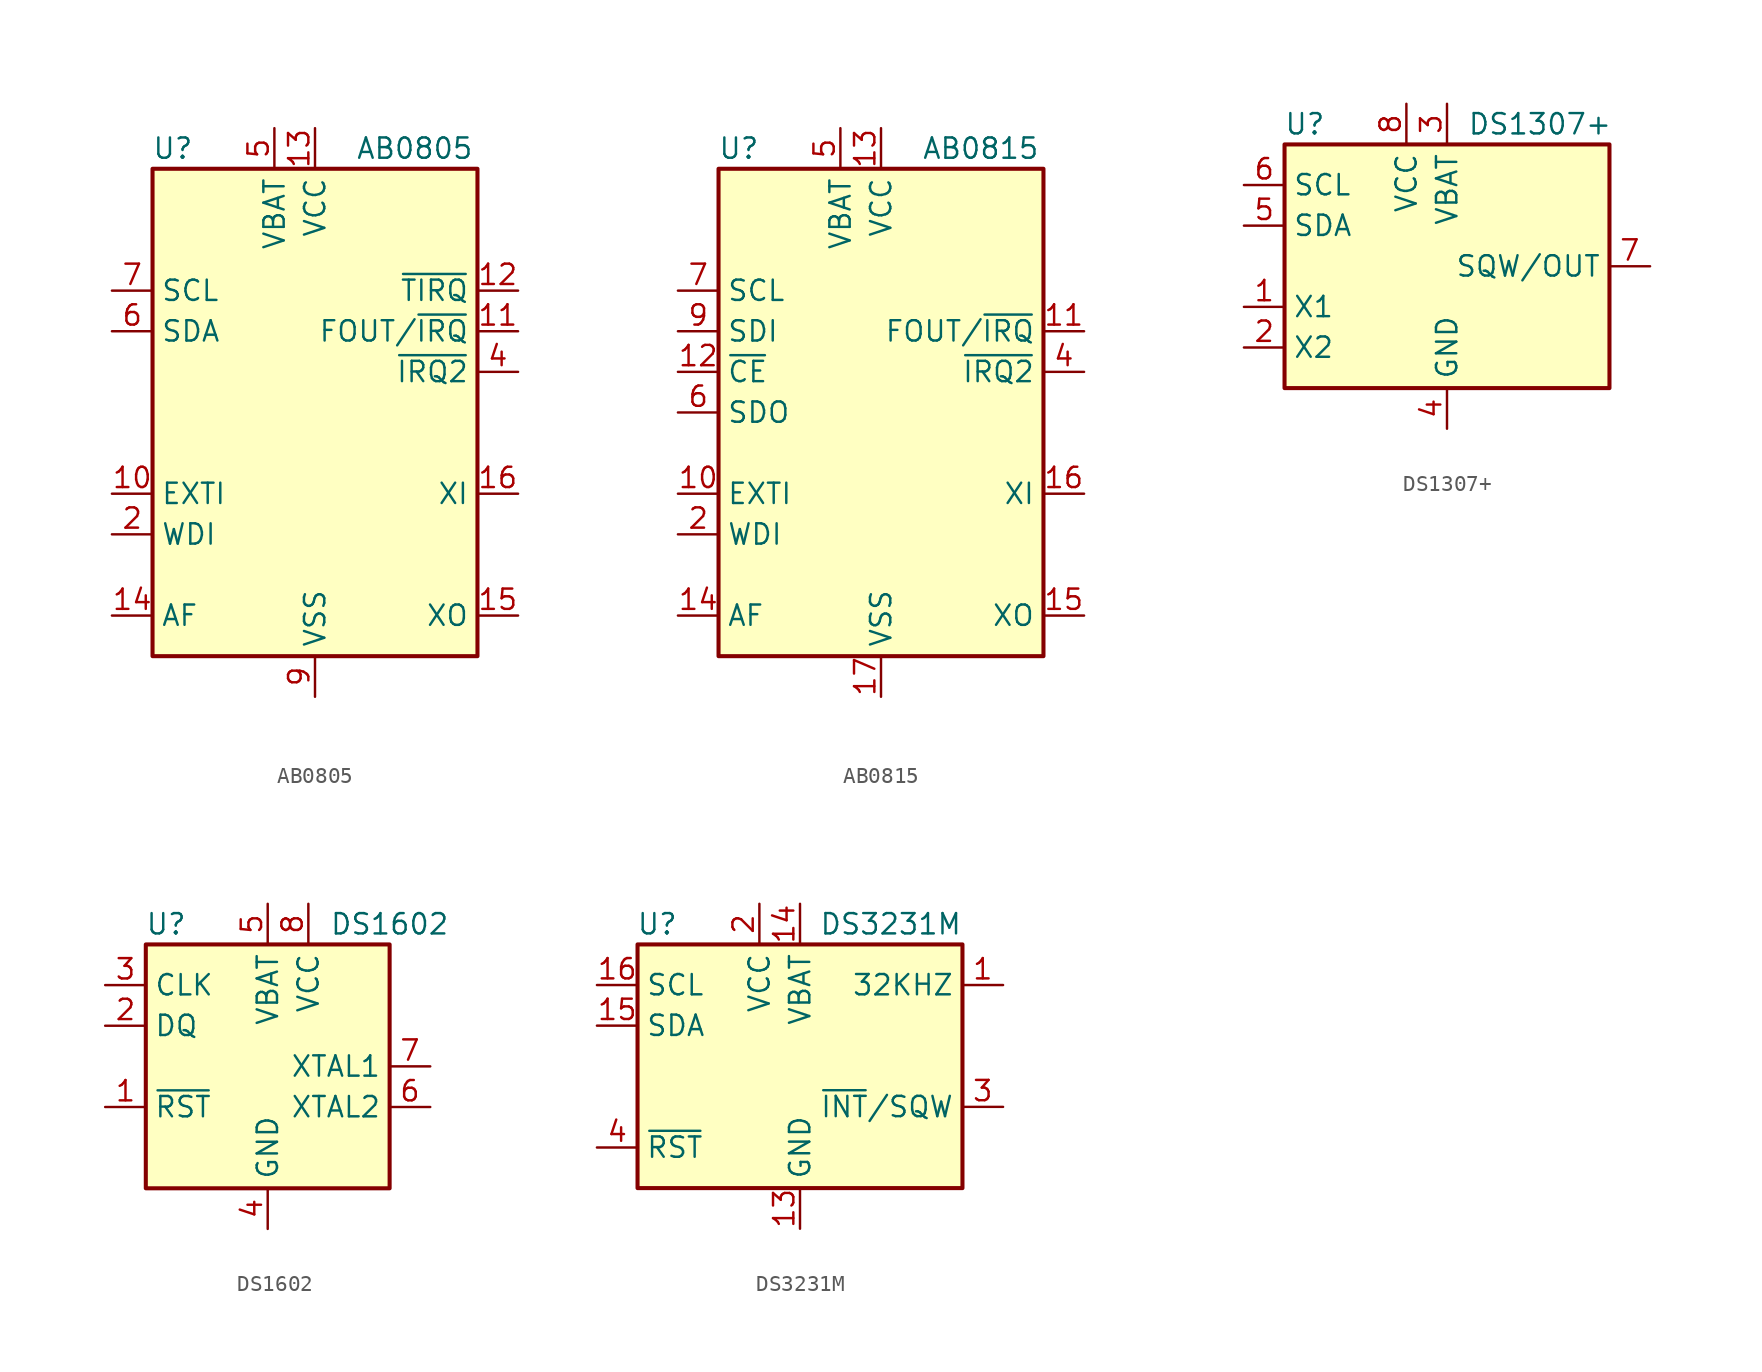
<source format=kicad_sym>
(kicad_symbol_lib
  (version 20220914)
  (generator kicad_symbol_editor)
  (symbol "AB0805"
    (property "Reference" "U"
      (at -8.89 16.51 0)
      (effects (font (size 1.27 1.27))))
    (property "Value" "AB0805"
      (at 2.54 16.51 0)
      (effects (font (size 1.27 1.27)) (justify left)))
    (symbol "AB0805_0_1"
      (rectangle (start -10.16 15.24) (end 10.16 -15.24) (stroke (width 0.254) (type default)) (fill (type background))))
    (symbol "AB0805_1_1"
      (pin no_connect line (at -10.16 -2.54 0) (length 2.54) hide (name "NC" (effects (font (size 1.27 1.27)))) (number "1" (effects (font (size 1.27 1.27)))))
      (pin input line (at -12.7 -5.08 0) (length 2.54) (name "EXTI" (effects (font (size 1.27 1.27)))) (number "10" (effects (font (size 1.27 1.27)))))
      (pin open_collector line (at 12.7 5.08 180) (length 2.54) (name "FOUT/~{IRQ}" (effects (font (size 1.27 1.27)))) (number "11" (effects (font (size 1.27 1.27)))))
      (pin open_collector line (at 12.7 7.62 180) (length 2.54) (name "~{TIRQ}" (effects (font (size 1.27 1.27)))) (number "12" (effects (font (size 1.27 1.27)))))
      (pin power_in line (at 0 17.78 270) (length 2.54) (name "VCC" (effects (font (size 1.27 1.27)))) (number "13" (effects (font (size 1.27 1.27)))))
      (pin passive line (at -12.7 -12.7 0) (length 2.54) (name "AF" (effects (font (size 1.27 1.27)))) (number "14" (effects (font (size 1.27 1.27)))))
      (pin output line (at 12.7 -12.7 180) (length 2.54) (name "XO" (effects (font (size 1.27 1.27)))) (number "15" (effects (font (size 1.27 1.27)))))
      (pin input line (at 12.7 -5.08 180) (length 2.54) (name "XI" (effects (font (size 1.27 1.27)))) (number "16" (effects (font (size 1.27 1.27)))))
      (pin passive line (at 0 -17.78 90) (length 2.54) hide (name "VSS" (effects (font (size 1.27 1.27)))) (number "17" (effects (font (size 1.27 1.27)))))
      (pin input line (at -12.7 -7.62 0) (length 2.54) (name "WDI" (effects (font (size 1.27 1.27)))) (number "2" (effects (font (size 1.27 1.27)))))
      (pin no_connect line (at -10.16 -10.16 0) (length 2.54) hide (name "NC" (effects (font (size 1.27 1.27)))) (number "3" (effects (font (size 1.27 1.27)))))
      (pin open_collector line (at 12.7 2.54 180) (length 2.54) (name "~{IRQ2}" (effects (font (size 1.27 1.27)))) (number "4" (effects (font (size 1.27 1.27)))))
      (pin power_in line (at -2.54 17.78 270) (length 2.54) (name "VBAT" (effects (font (size 1.27 1.27)))) (number "5" (effects (font (size 1.27 1.27)))))
      (pin bidirectional line (at -12.7 5.08 0) (length 2.54) (name "SDA" (effects (font (size 1.27 1.27)))) (number "6" (effects (font (size 1.27 1.27)))))
      (pin input line (at -12.7 7.62 0) (length 2.54) (name "SCL" (effects (font (size 1.27 1.27)))) (number "7" (effects (font (size 1.27 1.27)))))
      (pin no_connect line (at 10.16 0 180) (length 2.54) hide (name "NC" (effects (font (size 1.27 1.27)))) (number "8" (effects (font (size 1.27 1.27)))))
      (pin power_in line (at 0 -17.78 90) (length 2.54) (name "VSS" (effects (font (size 1.27 1.27)))) (number "9" (effects (font (size 1.27 1.27)))))))
  (symbol "AB0815"
    (property "Reference" "U"
      (at -8.89 16.51 0)
      (effects (font (size 1.27 1.27))))
    (property "Value" "AB0815"
      (at 2.54 16.51 0)
      (effects (font (size 1.27 1.27)) (justify left)))
    (symbol "AB0815_0_1"
      (rectangle (start -10.16 15.24) (end 10.16 -15.24) (stroke (width 0.254) (type default)) (fill (type background))))
    (symbol "AB0815_1_1"
      (pin no_connect line (at -10.16 -2.54 0) (length 2.54) hide (name "NC" (effects (font (size 1.27 1.27)))) (number "1" (effects (font (size 1.27 1.27)))))
      (pin input line (at -12.7 -5.08 0) (length 2.54) (name "EXTI" (effects (font (size 1.27 1.27)))) (number "10" (effects (font (size 1.27 1.27)))))
      (pin open_collector line (at 12.7 5.08 180) (length 2.54) (name "FOUT/~{IRQ}" (effects (font (size 1.27 1.27)))) (number "11" (effects (font (size 1.27 1.27)))))
      (pin input line (at -12.7 2.54 0) (length 2.54) (name "~{CE}" (effects (font (size 1.27 1.27)))) (number "12" (effects (font (size 1.27 1.27)))))
      (pin power_in line (at 0 17.78 270) (length 2.54) (name "VCC" (effects (font (size 1.27 1.27)))) (number "13" (effects (font (size 1.27 1.27)))))
      (pin passive line (at -12.7 -12.7 0) (length 2.54) (name "AF" (effects (font (size 1.27 1.27)))) (number "14" (effects (font (size 1.27 1.27)))))
      (pin output line (at 12.7 -12.7 180) (length 2.54) (name "XO" (effects (font (size 1.27 1.27)))) (number "15" (effects (font (size 1.27 1.27)))))
      (pin input line (at 12.7 -5.08 180) (length 2.54) (name "XI" (effects (font (size 1.27 1.27)))) (number "16" (effects (font (size 1.27 1.27)))))
      (pin power_in line (at 0 -17.78 90) (length 2.54) (name "VSS" (effects (font (size 1.27 1.27)))) (number "17" (effects (font (size 1.27 1.27)))))
      (pin input line (at -12.7 -7.62 0) (length 2.54) (name "WDI" (effects (font (size 1.27 1.27)))) (number "2" (effects (font (size 1.27 1.27)))))
      (pin no_connect line (at -10.16 -10.16 0) (length 2.54) hide (name "NC" (effects (font (size 1.27 1.27)))) (number "3" (effects (font (size 1.27 1.27)))))
      (pin open_collector line (at 12.7 2.54 180) (length 2.54) (name "~{IRQ2}" (effects (font (size 1.27 1.27)))) (number "4" (effects (font (size 1.27 1.27)))))
      (pin power_in line (at -2.54 17.78 270) (length 2.54) (name "VBAT" (effects (font (size 1.27 1.27)))) (number "5" (effects (font (size 1.27 1.27)))))
      (pin output line (at -12.7 0 0) (length 2.54) (name "SDO" (effects (font (size 1.27 1.27)))) (number "6" (effects (font (size 1.27 1.27)))))
      (pin input line (at -12.7 7.62 0) (length 2.54) (name "SCL" (effects (font (size 1.27 1.27)))) (number "7" (effects (font (size 1.27 1.27)))))
      (pin no_connect line (at 10.16 0 180) (length 2.54) hide (name "NC" (effects (font (size 1.27 1.27)))) (number "8" (effects (font (size 1.27 1.27)))))
      (pin input line (at -12.7 5.08 0) (length 2.54) (name "SDI" (effects (font (size 1.27 1.27)))) (number "9" (effects (font (size 1.27 1.27)))))))
  (symbol "DS1307+"
    (property "Reference" "U"
      (at -8.89 8.89 0)
      (effects (font (size 1.27 1.27))))
    (property "Value" "DS1307+"
      (at 1.27 8.89 0)
      (effects (font (size 1.27 1.27)) (justify left)))
    (symbol "DS1307+_0_1"
      (rectangle (start -10.16 7.62) (end 10.16 -7.62) (stroke (width 0.254) (type default)) (fill (type background))))
    (symbol "DS1307+_1_1"
      (pin input line (at -12.7 -2.54 0) (length 2.54) (name "X1" (effects (font (size 1.27 1.27)))) (number "1" (effects (font (size 1.27 1.27)))))
      (pin input line (at -12.7 -5.08 0) (length 2.54) (name "X2" (effects (font (size 1.27 1.27)))) (number "2" (effects (font (size 1.27 1.27)))))
      (pin power_in line (at 0 10.16 270) (length 2.54) (name "VBAT" (effects (font (size 1.27 1.27)))) (number "3" (effects (font (size 1.27 1.27)))))
      (pin power_in line (at 0 -10.16 90) (length 2.54) (name "GND" (effects (font (size 1.27 1.27)))) (number "4" (effects (font (size 1.27 1.27)))))
      (pin bidirectional line (at -12.7 2.54 0) (length 2.54) (name "SDA" (effects (font (size 1.27 1.27)))) (number "5" (effects (font (size 1.27 1.27)))))
      (pin input line (at -12.7 5.08 0) (length 2.54) (name "SCL" (effects (font (size 1.27 1.27)))) (number "6" (effects (font (size 1.27 1.27)))))
      (pin open_collector line (at 12.7 0 180) (length 2.54) (name "SQW/OUT" (effects (font (size 1.27 1.27)))) (number "7" (effects (font (size 1.27 1.27)))))
      (pin power_in line (at -2.54 10.16 270) (length 2.54) (name "VCC" (effects (font (size 1.27 1.27)))) (number "8" (effects (font (size 1.27 1.27)))))))
  (symbol "DS1602"
    (property "Reference" "U"
      (at -6.35 8.89 0)
      (effects (font (size 1.27 1.27))))
    (property "Value" "DS1602"
      (at 7.62 8.89 0)
      (effects (font (size 1.27 1.27))))
    (symbol "DS1602_0_1"
      (rectangle (start -7.62 7.62) (end 7.62 -7.62) (stroke (width 0.254) (type default)) (fill (type background))))
    (symbol "DS1602_1_1"
      (pin input line (at -10.16 -2.54 0) (length 2.54) (name "~{RST}" (effects (font (size 1.27 1.27)))) (number "1" (effects (font (size 1.27 1.27)))))
      (pin bidirectional line (at -10.16 2.54 0) (length 2.54) (name "DQ" (effects (font (size 1.27 1.27)))) (number "2" (effects (font (size 1.27 1.27)))))
      (pin input line (at -10.16 5.08 0) (length 2.54) (name "CLK" (effects (font (size 1.27 1.27)))) (number "3" (effects (font (size 1.27 1.27)))))
      (pin power_in line (at 0 -10.16 90) (length 2.54) (name "GND" (effects (font (size 1.27 1.27)))) (number "4" (effects (font (size 1.27 1.27)))))
      (pin power_in line (at 0 10.16 270) (length 2.54) (name "VBAT" (effects (font (size 1.27 1.27)))) (number "5" (effects (font (size 1.27 1.27)))))
      (pin passive line (at 10.16 -2.54 180) (length 2.54) (name "XTAL2" (effects (font (size 1.27 1.27)))) (number "6" (effects (font (size 1.27 1.27)))))
      (pin passive line (at 10.16 0 180) (length 2.54) (name "XTAL1" (effects (font (size 1.27 1.27)))) (number "7" (effects (font (size 1.27 1.27)))))
      (pin power_in line (at 2.54 10.16 270) (length 2.54) (name "VCC" (effects (font (size 1.27 1.27)))) (number "8" (effects (font (size 1.27 1.27)))))))
  (symbol "DS3231M"
    (property "Reference" "U"
      (at -7.62 8.89 0)
      (effects (font (size 1.27 1.27)) (justify right)))
    (property "Value" "DS3231M"
      (at 10.16 8.89 0)
      (effects (font (size 1.27 1.27)) (justify right)))
    (symbol "DS3231M_0_1"
      (rectangle (start -10.16 7.62) (end 10.16 -7.62) (stroke (width 0.254) (type default)) (fill (type background))))
    (symbol "DS3231M_1_1"
      (pin open_collector line (at 12.7 5.08 180) (length 2.54) (name "32KHZ" (effects (font (size 1.27 1.27)))) (number "1" (effects (font (size 1.27 1.27)))))
      (pin passive line (at 0 -10.16 90) (length 2.54) hide (name "GND" (effects (font (size 1.27 1.27)))) (number "10" (effects (font (size 1.27 1.27)))))
      (pin passive line (at 0 -10.16 90) (length 2.54) hide (name "GND" (effects (font (size 1.27 1.27)))) (number "11" (effects (font (size 1.27 1.27)))))
      (pin passive line (at 0 -10.16 90) (length 2.54) hide (name "GND" (effects (font (size 1.27 1.27)))) (number "12" (effects (font (size 1.27 1.27)))))
      (pin power_in line (at 0 -10.16 90) (length 2.54) (name "GND" (effects (font (size 1.27 1.27)))) (number "13" (effects (font (size 1.27 1.27)))))
      (pin power_in line (at 0 10.16 270) (length 2.54) (name "VBAT" (effects (font (size 1.27 1.27)))) (number "14" (effects (font (size 1.27 1.27)))))
      (pin bidirectional line (at -12.7 2.54 0) (length 2.54) (name "SDA" (effects (font (size 1.27 1.27)))) (number "15" (effects (font (size 1.27 1.27)))))
      (pin input line (at -12.7 5.08 0) (length 2.54) (name "SCL" (effects (font (size 1.27 1.27)))) (number "16" (effects (font (size 1.27 1.27)))))
      (pin power_in line (at -2.54 10.16 270) (length 2.54) (name "VCC" (effects (font (size 1.27 1.27)))) (number "2" (effects (font (size 1.27 1.27)))))
      (pin open_collector line (at 12.7 -2.54 180) (length 2.54) (name "~{INT}/SQW" (effects (font (size 1.27 1.27)))) (number "3" (effects (font (size 1.27 1.27)))))
      (pin bidirectional line (at -12.7 -5.08 0) (length 2.54) (name "~{RST}" (effects (font (size 1.27 1.27)))) (number "4" (effects (font (size 1.27 1.27)))))
      (pin passive line (at 0 -10.16 90) (length 2.54) hide (name "GND" (effects (font (size 1.27 1.27)))) (number "5" (effects (font (size 1.27 1.27)))))
      (pin passive line (at 0 -10.16 90) (length 2.54) hide (name "GND" (effects (font (size 1.27 1.27)))) (number "6" (effects (font (size 1.27 1.27)))))
      (pin passive line (at 0 -10.16 90) (length 2.54) hide (name "GND" (effects (font (size 1.27 1.27)))) (number "7" (effects (font (size 1.27 1.27)))))
      (pin passive line (at 0 -10.16 90) (length 2.54) hide (name "GND" (effects (font (size 1.27 1.27)))) (number "8" (effects (font (size 1.27 1.27)))))
      (pin passive line (at 0 -10.16 90) (length 2.54) hide (name "GND" (effects (font (size 1.27 1.27)))) (number "9" (effects (font (size 1.27 1.27))))))))
</source>
